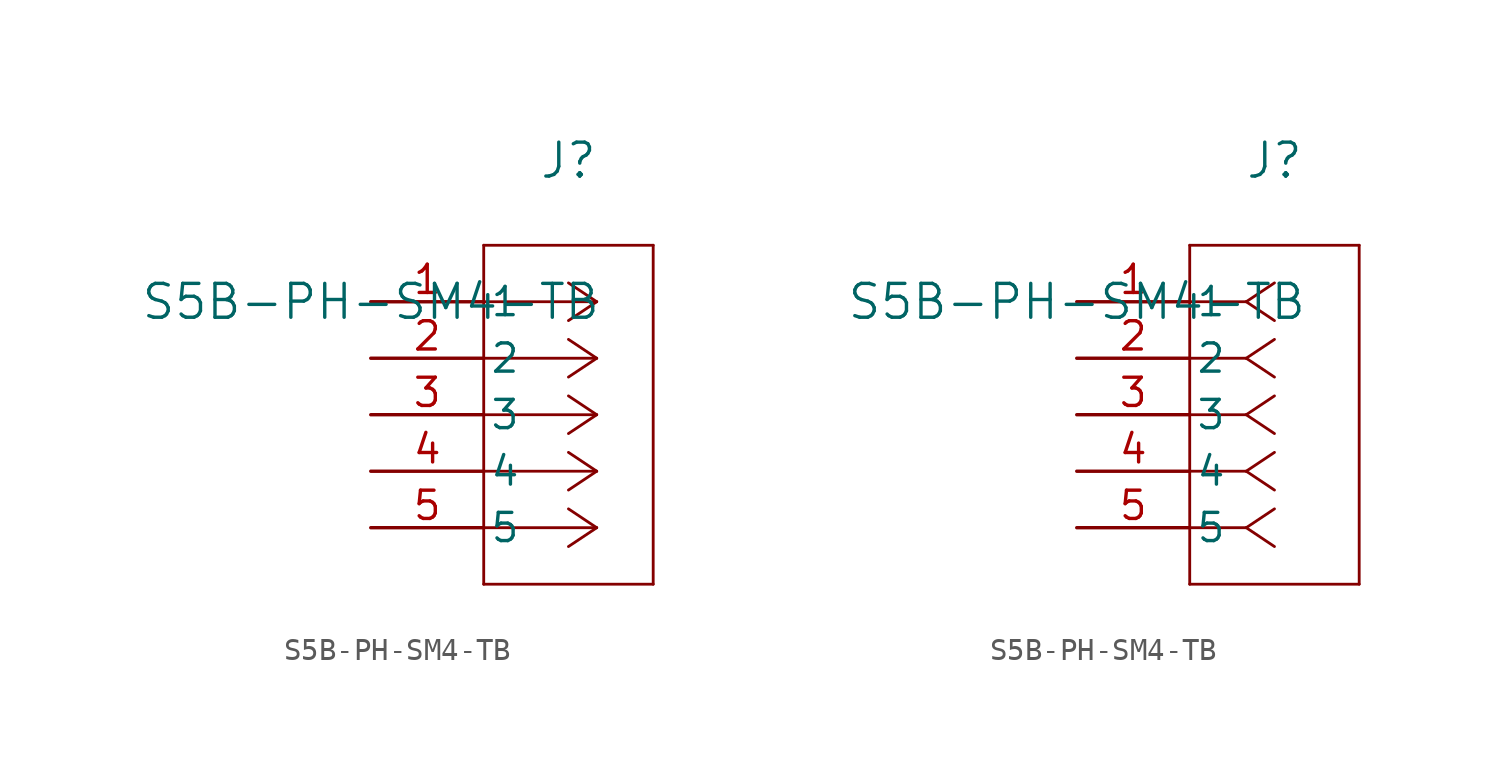
<source format=kicad_sym>
(kicad_symbol_lib
  (version 20211014)
  (generator kicad_symbol_editor)
  (symbol "S5B-PH-SM4-TB"
    (pin_names
      (offset 0.254))
    (property "Reference" "J"
      (at 8.89 6.35 0)
      (effects (font (size 1.524 1.524))))
    (property "Value" "S5B-PH-SM4-TB"
      (at 0 0 0)
      (effects (font (size 1.524 1.524))))
    (symbol "S5B-PH-SM4-TB_1_1"
      (polyline (pts (xy 10.16 0) (xy 5.08 0)) (stroke (width 0.127) (type default) (color 0 0 0 0)) (fill (type none)))
      (polyline (pts (xy 10.16 -2.54) (xy 5.08 -2.54)) (stroke (width 0.127) (type default) (color 0 0 0 0)) (fill (type none)))
      (polyline (pts (xy 10.16 -5.08) (xy 5.08 -5.08)) (stroke (width 0.127) (type default) (color 0 0 0 0)) (fill (type none)))
      (polyline (pts (xy 10.16 -7.62) (xy 5.08 -7.62)) (stroke (width 0.127) (type default) (color 0 0 0 0)) (fill (type none)))
      (polyline (pts (xy 10.16 -10.16) (xy 5.08 -10.16)) (stroke (width 0.127) (type default) (color 0 0 0 0)) (fill (type none)))
      (polyline (pts (xy 10.16 0) (xy 8.89 0.847)) (stroke (width 0.127) (type default) (color 0 0 0 0)) (fill (type none)))
      (polyline (pts (xy 10.16 -2.54) (xy 8.89 -1.693)) (stroke (width 0.127) (type default) (color 0 0 0 0)) (fill (type none)))
      (polyline (pts (xy 10.16 -5.08) (xy 8.89 -4.233)) (stroke (width 0.127) (type default) (color 0 0 0 0)) (fill (type none)))
      (polyline (pts (xy 10.16 -7.62) (xy 8.89 -6.773)) (stroke (width 0.127) (type default) (color 0 0 0 0)) (fill (type none)))
      (polyline (pts (xy 10.16 -10.16) (xy 8.89 -9.313)) (stroke (width 0.127) (type default) (color 0 0 0 0)) (fill (type none)))
      (polyline (pts (xy 10.16 0) (xy 8.89 -0.847)) (stroke (width 0.127) (type default) (color 0 0 0 0)) (fill (type none)))
      (polyline (pts (xy 10.16 -2.54) (xy 8.89 -3.387)) (stroke (width 0.127) (type default) (color 0 0 0 0)) (fill (type none)))
      (polyline (pts (xy 10.16 -5.08) (xy 8.89 -5.927)) (stroke (width 0.127) (type default) (color 0 0 0 0)) (fill (type none)))
      (polyline (pts (xy 10.16 -7.62) (xy 8.89 -8.467)) (stroke (width 0.127) (type default) (color 0 0 0 0)) (fill (type none)))
      (polyline (pts (xy 10.16 -10.16) (xy 8.89 -11.007)) (stroke (width 0.127) (type default) (color 0 0 0 0)) (fill (type none)))
      (polyline (pts (xy 5.08 2.54) (xy 5.08 -12.7)) (stroke (width 0.127) (type default) (color 0 0 0 0)) (fill (type none)))
      (polyline (pts (xy 5.08 -12.7) (xy 12.7 -12.7)) (stroke (width 0.127) (type default) (color 0 0 0 0)) (fill (type none)))
      (polyline (pts (xy 12.7 -12.7) (xy 12.7 2.54)) (stroke (width 0.127) (type default) (color 0 0 0 0)) (fill (type none)))
      (polyline (pts (xy 12.7 2.54) (xy 5.08 2.54)) (stroke (width 0.127) (type default) (color 0 0 0 0)) (fill (type none)))
      (pin unspecified line (at 0 0 0) (length 5.08) (name "1" (effects (font (size 1.27 1.27)))) (number "1" (effects (font (size 1.27 1.27)))))
      (pin unspecified line (at 0 -2.54 0) (length 5.08) (name "2" (effects (font (size 1.27 1.27)))) (number "2" (effects (font (size 1.27 1.27)))))
      (pin unspecified line (at 0 -5.08 0) (length 5.08) (name "3" (effects (font (size 1.27 1.27)))) (number "3" (effects (font (size 1.27 1.27)))))
      (pin unspecified line (at 0 -7.62 0) (length 5.08) (name "4" (effects (font (size 1.27 1.27)))) (number "4" (effects (font (size 1.27 1.27)))))
      (pin unspecified line (at 0 -10.16 0) (length 5.08) (name "5" (effects (font (size 1.27 1.27)))) (number "5" (effects (font (size 1.27 1.27))))))
    (symbol "S5B-PH-SM4-TB_1_2"
      (polyline (pts (xy 7.62 0) (xy 5.08 0)) (stroke (width 0.127) (type default) (color 0 0 0 0)) (fill (type none)))
      (polyline (pts (xy 7.62 -2.54) (xy 5.08 -2.54)) (stroke (width 0.127) (type default) (color 0 0 0 0)) (fill (type none)))
      (polyline (pts (xy 7.62 -5.08) (xy 5.08 -5.08)) (stroke (width 0.127) (type default) (color 0 0 0 0)) (fill (type none)))
      (polyline (pts (xy 7.62 -7.62) (xy 5.08 -7.62)) (stroke (width 0.127) (type default) (color 0 0 0 0)) (fill (type none)))
      (polyline (pts (xy 7.62 -10.16) (xy 5.08 -10.16)) (stroke (width 0.127) (type default) (color 0 0 0 0)) (fill (type none)))
      (polyline (pts (xy 7.62 0) (xy 8.89 0.847)) (stroke (width 0.127) (type default) (color 0 0 0 0)) (fill (type none)))
      (polyline (pts (xy 7.62 -2.54) (xy 8.89 -1.693)) (stroke (width 0.127) (type default) (color 0 0 0 0)) (fill (type none)))
      (polyline (pts (xy 7.62 -5.08) (xy 8.89 -4.233)) (stroke (width 0.127) (type default) (color 0 0 0 0)) (fill (type none)))
      (polyline (pts (xy 7.62 -7.62) (xy 8.89 -6.773)) (stroke (width 0.127) (type default) (color 0 0 0 0)) (fill (type none)))
      (polyline (pts (xy 7.62 -10.16) (xy 8.89 -9.313)) (stroke (width 0.127) (type default) (color 0 0 0 0)) (fill (type none)))
      (polyline (pts (xy 7.62 0) (xy 8.89 -0.847)) (stroke (width 0.127) (type default) (color 0 0 0 0)) (fill (type none)))
      (polyline (pts (xy 7.62 -2.54) (xy 8.89 -3.387)) (stroke (width 0.127) (type default) (color 0 0 0 0)) (fill (type none)))
      (polyline (pts (xy 7.62 -5.08) (xy 8.89 -5.927)) (stroke (width 0.127) (type default) (color 0 0 0 0)) (fill (type none)))
      (polyline (pts (xy 7.62 -7.62) (xy 8.89 -8.467)) (stroke (width 0.127) (type default) (color 0 0 0 0)) (fill (type none)))
      (polyline (pts (xy 7.62 -10.16) (xy 8.89 -11.007)) (stroke (width 0.127) (type default) (color 0 0 0 0)) (fill (type none)))
      (polyline (pts (xy 5.08 2.54) (xy 5.08 -12.7)) (stroke (width 0.127) (type default) (color 0 0 0 0)) (fill (type none)))
      (polyline (pts (xy 5.08 -12.7) (xy 12.7 -12.7)) (stroke (width 0.127) (type default) (color 0 0 0 0)) (fill (type none)))
      (polyline (pts (xy 12.7 -12.7) (xy 12.7 2.54)) (stroke (width 0.127) (type default) (color 0 0 0 0)) (fill (type none)))
      (polyline (pts (xy 12.7 2.54) (xy 5.08 2.54)) (stroke (width 0.127) (type default) (color 0 0 0 0)) (fill (type none)))
      (pin unspecified line (at 0 0 0) (length 5.08) (name "1" (effects (font (size 1.27 1.27)))) (number "1" (effects (font (size 1.27 1.27)))))
      (pin unspecified line (at 0 -2.54 0) (length 5.08) (name "2" (effects (font (size 1.27 1.27)))) (number "2" (effects (font (size 1.27 1.27)))))
      (pin unspecified line (at 0 -5.08 0) (length 5.08) (name "3" (effects (font (size 1.27 1.27)))) (number "3" (effects (font (size 1.27 1.27)))))
      (pin unspecified line (at 0 -7.62 0) (length 5.08) (name "4" (effects (font (size 1.27 1.27)))) (number "4" (effects (font (size 1.27 1.27)))))
      (pin unspecified line (at 0 -10.16 0) (length 5.08) (name "5" (effects (font (size 1.27 1.27)))) (number "5" (effects (font (size 1.27 1.27))))))))
</source>
